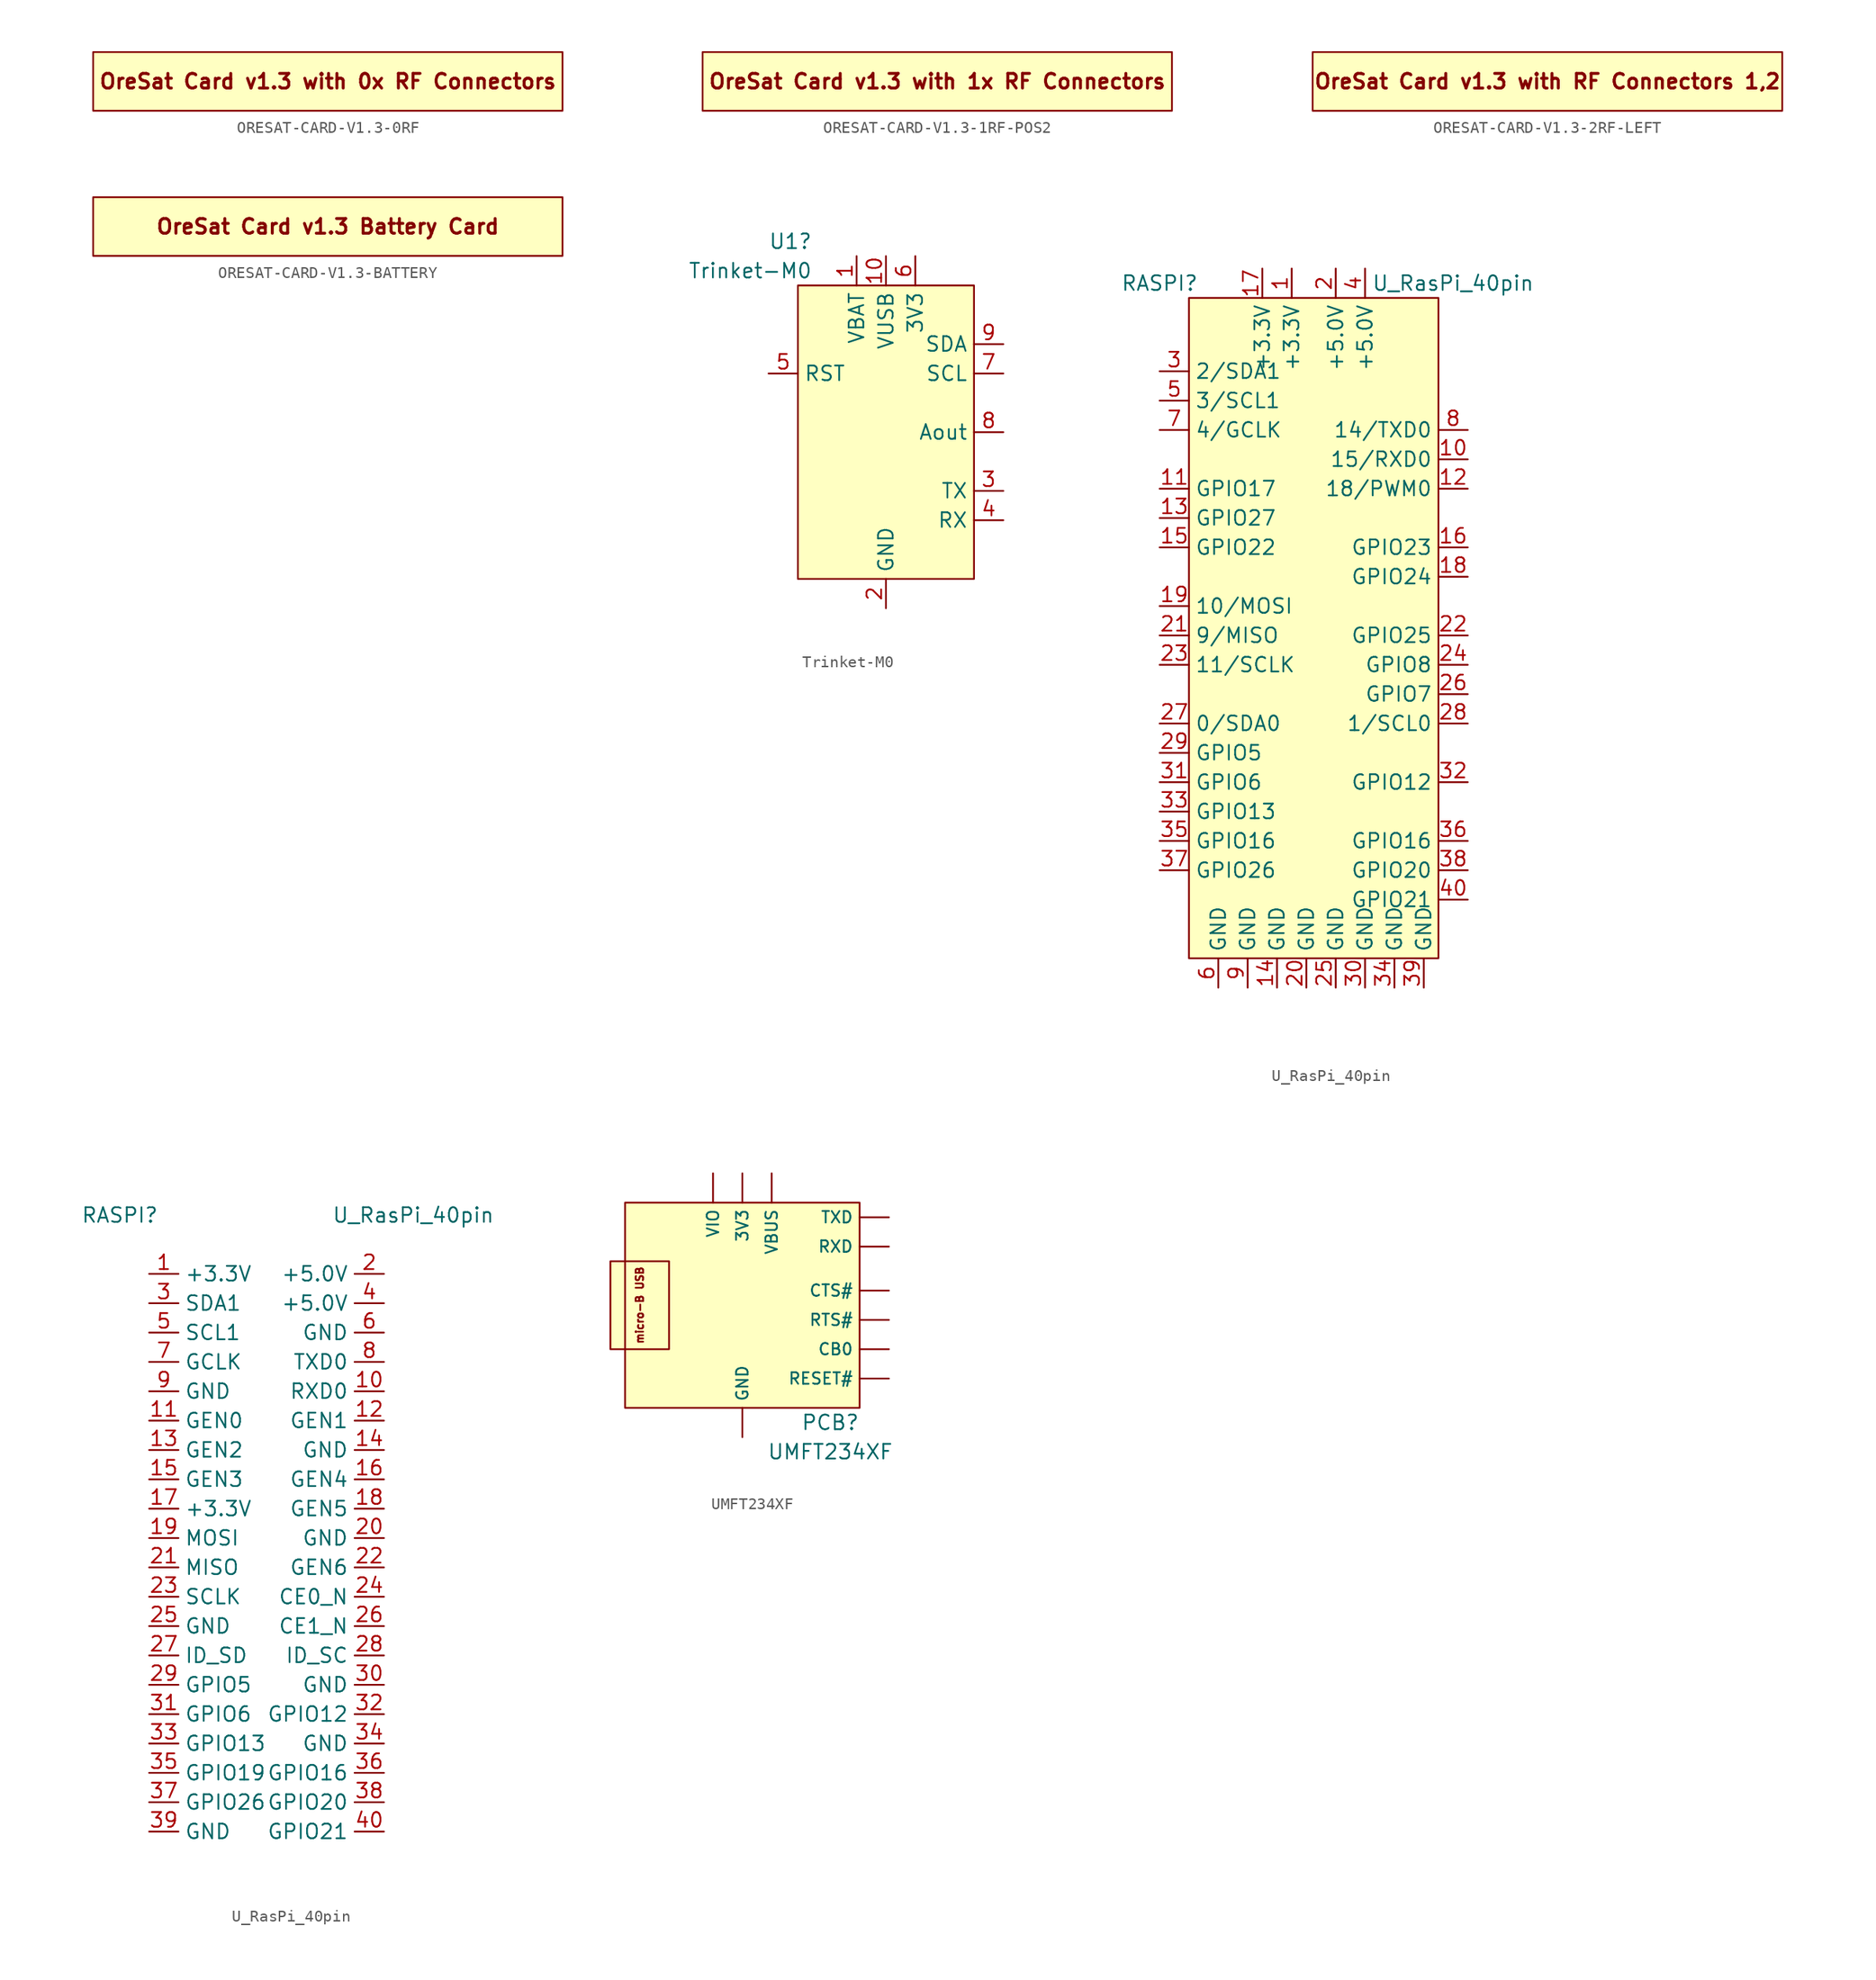
<source format=kicad_sym>
(kicad_symbol_lib
  (version 20241209)
  (generator "kicad_symbol_editor")
  (generator_version "9.0")
  (symbol "ORESAT-CARD-V1.3-0RF"
    (property "Reference" "PCB"
      (at 0 7.62 0)
      (effects (font (size 1.27 1.27)) (hide yes)))
    (symbol "ORESAT-CARD-V1.3-0RF_1_0"
      (rectangle (start -20.32 2.54) (end 20.32 -2.54) (stroke (width 0) (type default)) (fill (type background)))
      (text "OreSat Card v1.3 with 0x RF Connectors" (at 0 0 0) (effects (font (size 1.27 1.27) (bold yes))))))
  (symbol "ORESAT-CARD-V1.3-1RF-POS2"
    (property "Reference" "PCB"
      (at 0 7.62 0)
      (effects (font (size 1.27 1.27)) (hide yes)))
    (symbol "ORESAT-CARD-V1.3-1RF-POS2_1_0"
      (rectangle (start -20.32 2.54) (end 20.32 -2.54) (stroke (width 0) (type default)) (fill (type background)))
      (text "OreSat Card v1.3 with 1x RF Connectors" (at 0 0 0) (effects (font (size 1.27 1.27) (bold yes))))))
  (symbol "ORESAT-CARD-V1.3-2RF-LEFT"
    (property "Reference" "PCB"
      (at 0 7.62 0)
      (effects (font (size 1.27 1.27)) (hide yes)))
    (symbol "ORESAT-CARD-V1.3-2RF-LEFT_1_0"
      (rectangle (start -20.32 2.54) (end 20.32 -2.54) (stroke (width 0) (type default)) (fill (type background))))
    (symbol "ORESAT-CARD-V1.3-2RF-LEFT_1_1"
      (text "OreSat Card v1.3 with RF Connectors 1,2" (at 0 0 0) (effects (font (size 1.27 1.27) (bold yes))))))
  (symbol "ORESAT-CARD-V1.3-BATTERY"
    (property "Reference" "PCB"
      (at 0 7.62 0)
      (effects (font (size 1.27 1.27)) (hide yes)))
    (symbol "ORESAT-CARD-V1.3-BATTERY_1_0"
      (rectangle (start -20.32 2.54) (end 20.32 -2.54) (stroke (width 0) (type default)) (fill (type background)))
      (text "OreSat Card v1.3 Battery Card" (at 0 0 0) (effects (font (size 1.27 1.27) (bold yes))))))
  (symbol "Trinket-M0"
    (property "Reference" "U1"
      (at -6.35 16.51 0)
      (effects (font (size 1.27 1.27)) (justify right)))
    (property "Value" "Trinket-M0"
      (at -6.35 13.97 0)
      (effects (font (size 1.27 1.27)) (justify right)))
    (symbol "Trinket-M0_1_1"
      (rectangle (start -7.62 12.7) (end 7.62 -12.7) (stroke (width 0.152) (type default)) (fill (type background)))
      (pin input line (at -10.16 5.08 0) (length 2.54) (name "RST" (effects (font (size 1.27 1.27)))) (number "5" (effects (font (size 1.27 1.27)))))
      (pin power_in line (at -2.54 15.24 270) (length 2.54) (name "VBAT" (effects (font (size 1.27 1.27)))) (number "1" (effects (font (size 1.27 1.27)))))
      (pin power_out line (at 0 15.24 270) (length 2.54) (name "VUSB" (effects (font (size 1.27 1.27)))) (number "10" (effects (font (size 1.27 1.27)))))
      (pin power_in line (at 0 -15.24 90) (length 2.54) (name "GND" (effects (font (size 1.27 1.27)))) (number "2" (effects (font (size 1.27 1.27)))))
      (pin power_out line (at 2.54 15.24 270) (length 2.54) (name "3V3" (effects (font (size 1.27 1.27)))) (number "6" (effects (font (size 1.27 1.27)))))
      (pin bidirectional line (at 10.16 7.62 180) (length 2.54) (name "SDA" (effects (font (size 1.27 1.27)))) (number "9" (effects (font (size 1.27 1.27)))))
      (pin bidirectional line (at 10.16 5.08 180) (length 2.54) (name "SCL" (effects (font (size 1.27 1.27)))) (number "7" (effects (font (size 1.27 1.27)))))
      (pin output line (at 10.16 0 180) (length 2.54) (name "Aout" (effects (font (size 1.27 1.27)))) (number "8" (effects (font (size 1.27 1.27)))))
      (pin output line (at 10.16 -5.08 180) (length 2.54) (name "TX" (effects (font (size 1.27 1.27)))) (number "3" (effects (font (size 1.27 1.27)))))
      (pin input line (at 10.16 -7.62 180) (length 2.54) (name "RX" (effects (font (size 1.27 1.27)))) (number "4" (effects (font (size 1.27 1.27)))))))
  (symbol "U_RasPi_40pin"
    (property "Reference" "RASPI"
      (at -31.75 -3.81 0)
      (effects (font (size 1.27 1.27))))
    (property "Value" "U_RasPi_40pin"
      (at -6.35 -3.81 0)
      (effects (font (size 1.27 1.27))))
    (symbol "U_RasPi_40pin_0_1"
      (rectangle (start -29.21 -5.08) (end -7.62 -62.23) (stroke (width 0) (type default)) (fill (type background))))
    (symbol "U_RasPi_40pin_1_1"
      (pin bidirectional line (at -31.75 -11.43 0) (length 2.54) (name "2/SDA1" (effects (font (size 1.27 1.27)))) (number "3" (effects (font (size 1.27 1.27)))) (alternate "GPIO2" bidirectional line))
      (pin bidirectional line (at -31.75 -13.97 0) (length 2.54) (name "3/SCL1" (effects (font (size 1.27 1.27)))) (number "5" (effects (font (size 1.27 1.27)))))
      (pin bidirectional line (at -31.75 -16.51 0) (length 2.54) (name "4/GCLK" (effects (font (size 1.27 1.27)))) (number "7" (effects (font (size 1.27 1.27)))))
      (pin bidirectional line (at -31.75 -21.59 0) (length 2.54) (name "GPIO17" (effects (font (size 1.27 1.27)))) (number "11" (effects (font (size 1.27 1.27)))))
      (pin bidirectional line (at -31.75 -24.13 0) (length 2.54) (name "GPIO27" (effects (font (size 1.27 1.27)))) (number "13" (effects (font (size 1.27 1.27)))))
      (pin bidirectional line (at -31.75 -26.67 0) (length 2.54) (name "GPIO22" (effects (font (size 1.27 1.27)))) (number "15" (effects (font (size 1.27 1.27)))))
      (pin bidirectional line (at -31.75 -31.75 0) (length 2.54) (name "10/MOSI" (effects (font (size 1.27 1.27)))) (number "19" (effects (font (size 1.27 1.27)))))
      (pin bidirectional line (at -31.75 -34.29 0) (length 2.54) (name "9/MISO" (effects (font (size 1.27 1.27)))) (number "21" (effects (font (size 1.27 1.27)))))
      (pin bidirectional line (at -31.75 -36.83 0) (length 2.54) (name "11/SCLK" (effects (font (size 1.27 1.27)))) (number "23" (effects (font (size 1.27 1.27)))))
      (pin bidirectional line (at -31.75 -41.91 0) (length 2.54) (name "0/SDA0" (effects (font (size 1.27 1.27)))) (number "27" (effects (font (size 1.27 1.27)))))
      (pin bidirectional line (at -31.75 -44.45 0) (length 2.54) (name "GPIO5" (effects (font (size 1.27 1.27)))) (number "29" (effects (font (size 1.27 1.27)))))
      (pin bidirectional line (at -31.75 -46.99 0) (length 2.54) (name "GPIO6" (effects (font (size 1.27 1.27)))) (number "31" (effects (font (size 1.27 1.27)))))
      (pin bidirectional line (at -31.75 -49.53 0) (length 2.54) (name "GPIO13" (effects (font (size 1.27 1.27)))) (number "33" (effects (font (size 1.27 1.27)))))
      (pin bidirectional line (at -31.75 -52.07 0) (length 2.54) (name "GPIO16" (effects (font (size 1.27 1.27)))) (number "35" (effects (font (size 1.27 1.27)))))
      (pin bidirectional line (at -31.75 -54.61 0) (length 2.54) (name "GPIO26" (effects (font (size 1.27 1.27)))) (number "37" (effects (font (size 1.27 1.27)))))
      (pin passive line (at -26.67 -64.77 90) (length 2.54) (name "GND" (effects (font (size 1.27 1.27)))) (number "6" (effects (font (size 1.27 1.27)))))
      (pin passive line (at -24.13 -64.77 90) (length 2.54) (name "GND" (effects (font (size 1.27 1.27)))) (number "9" (effects (font (size 1.27 1.27)))))
      (pin passive line (at -22.86 -2.54 270) (length 2.54) (name "+3.3V" (effects (font (size 1.27 1.27)))) (number "17" (effects (font (size 1.27 1.27)))))
      (pin passive line (at -21.59 -64.77 90) (length 2.54) (name "GND" (effects (font (size 1.27 1.27)))) (number "14" (effects (font (size 1.27 1.27)))))
      (pin passive line (at -20.32 -2.54 270) (length 2.54) (name "+3.3V" (effects (font (size 1.27 1.27)))) (number "1" (effects (font (size 1.27 1.27)))))
      (pin passive line (at -19.05 -64.77 90) (length 2.54) (name "GND" (effects (font (size 1.27 1.27)))) (number "20" (effects (font (size 1.27 1.27)))))
      (pin passive line (at -16.51 -2.54 270) (length 2.54) (name "+5.0V" (effects (font (size 1.27 1.27)))) (number "2" (effects (font (size 1.27 1.27)))))
      (pin passive line (at -16.51 -64.77 90) (length 2.54) (name "GND" (effects (font (size 1.27 1.27)))) (number "25" (effects (font (size 1.27 1.27)))))
      (pin passive line (at -13.97 -2.54 270) (length 2.54) (name "+5.0V" (effects (font (size 1.27 1.27)))) (number "4" (effects (font (size 1.27 1.27)))))
      (pin passive line (at -13.97 -64.77 90) (length 2.54) (name "GND" (effects (font (size 1.27 1.27)))) (number "30" (effects (font (size 1.27 1.27)))))
      (pin passive line (at -11.43 -64.77 90) (length 2.54) (name "GND" (effects (font (size 1.27 1.27)))) (number "34" (effects (font (size 1.27 1.27)))))
      (pin passive line (at -8.89 -64.77 90) (length 2.54) (name "GND" (effects (font (size 1.27 1.27)))) (number "39" (effects (font (size 1.27 1.27)))))
      (pin bidirectional line (at -5.08 -16.51 180) (length 2.54) (name "14/TXD0" (effects (font (size 1.27 1.27)))) (number "8" (effects (font (size 1.27 1.27)))))
      (pin bidirectional line (at -5.08 -19.05 180) (length 2.54) (name "15/RXD0" (effects (font (size 1.27 1.27)))) (number "10" (effects (font (size 1.27 1.27)))))
      (pin bidirectional line (at -5.08 -21.59 180) (length 2.54) (name "18/PWM0" (effects (font (size 1.27 1.27)))) (number "12" (effects (font (size 1.27 1.27)))))
      (pin bidirectional line (at -5.08 -26.67 180) (length 2.54) (name "GPIO23" (effects (font (size 1.27 1.27)))) (number "16" (effects (font (size 1.27 1.27)))))
      (pin bidirectional line (at -5.08 -29.21 180) (length 2.54) (name "GPIO24" (effects (font (size 1.27 1.27)))) (number "18" (effects (font (size 1.27 1.27)))))
      (pin bidirectional line (at -5.08 -34.29 180) (length 2.54) (name "GPIO25" (effects (font (size 1.27 1.27)))) (number "22" (effects (font (size 1.27 1.27)))))
      (pin bidirectional line (at -5.08 -36.83 180) (length 2.54) (name "GPIO8" (effects (font (size 1.27 1.27)))) (number "24" (effects (font (size 1.27 1.27)))))
      (pin bidirectional line (at -5.08 -39.37 180) (length 2.54) (name "GPIO7" (effects (font (size 1.27 1.27)))) (number "26" (effects (font (size 1.27 1.27)))))
      (pin bidirectional line (at -5.08 -41.91 180) (length 2.54) (name "1/SCL0" (effects (font (size 1.27 1.27)))) (number "28" (effects (font (size 1.27 1.27)))))
      (pin bidirectional line (at -5.08 -46.99 180) (length 2.54) (name "GPIO12" (effects (font (size 1.27 1.27)))) (number "32" (effects (font (size 1.27 1.27)))))
      (pin bidirectional line (at -5.08 -52.07 180) (length 2.54) (name "GPIO16" (effects (font (size 1.27 1.27)))) (number "36" (effects (font (size 1.27 1.27)))))
      (pin bidirectional line (at -5.08 -54.61 180) (length 2.54) (name "GPIO20" (effects (font (size 1.27 1.27)))) (number "38" (effects (font (size 1.27 1.27)))))
      (pin bidirectional line (at -5.08 -57.15 180) (length 2.54) (name "GPIO21" (effects (font (size 1.27 1.27)))) (number "40" (effects (font (size 1.27 1.27))))))
    (symbol "U_RasPi_40pin_1_2"
      (pin power_out line (at -29.21 -8.89 0) (length 2.54) (name "+3.3V" (effects (font (size 1.27 1.27)))) (number "1" (effects (font (size 1.27 1.27)))))
      (pin bidirectional line (at -29.21 -11.43 0) (length 2.54) (name "SDA1" (effects (font (size 1.27 1.27)))) (number "3" (effects (font (size 1.27 1.27)))) (alternate "GPIO2" bidirectional line))
      (pin bidirectional line (at -29.21 -13.97 0) (length 2.54) (name "SCL1" (effects (font (size 1.27 1.27)))) (number "5" (effects (font (size 1.27 1.27)))))
      (pin bidirectional line (at -29.21 -16.51 0) (length 2.54) (name "GCLK" (effects (font (size 1.27 1.27)))) (number "7" (effects (font (size 1.27 1.27)))))
      (pin power_out line (at -29.21 -19.05 0) (length 2.54) (name "GND" (effects (font (size 1.27 1.27)))) (number "9" (effects (font (size 1.27 1.27)))))
      (pin bidirectional line (at -29.21 -21.59 0) (length 2.54) (name "GEN0" (effects (font (size 1.27 1.27)))) (number "11" (effects (font (size 1.27 1.27)))))
      (pin bidirectional line (at -29.21 -24.13 0) (length 2.54) (name "GEN2" (effects (font (size 1.27 1.27)))) (number "13" (effects (font (size 1.27 1.27)))))
      (pin bidirectional line (at -29.21 -26.67 0) (length 2.54) (name "GEN3" (effects (font (size 1.27 1.27)))) (number "15" (effects (font (size 1.27 1.27)))))
      (pin power_out line (at -29.21 -29.21 0) (length 2.54) (name "+3.3V" (effects (font (size 1.27 1.27)))) (number "17" (effects (font (size 1.27 1.27)))))
      (pin bidirectional line (at -29.21 -31.75 0) (length 2.54) (name "MOSI" (effects (font (size 1.27 1.27)))) (number "19" (effects (font (size 1.27 1.27)))))
      (pin bidirectional line (at -29.21 -34.29 0) (length 2.54) (name "MISO" (effects (font (size 1.27 1.27)))) (number "21" (effects (font (size 1.27 1.27)))))
      (pin bidirectional line (at -29.21 -36.83 0) (length 2.54) (name "SCLK" (effects (font (size 1.27 1.27)))) (number "23" (effects (font (size 1.27 1.27)))))
      (pin power_out line (at -29.21 -39.37 0) (length 2.54) (name "GND" (effects (font (size 1.27 1.27)))) (number "25" (effects (font (size 1.27 1.27)))))
      (pin bidirectional line (at -29.21 -41.91 0) (length 2.54) (name "ID_SD" (effects (font (size 1.27 1.27)))) (number "27" (effects (font (size 1.27 1.27)))))
      (pin bidirectional line (at -29.21 -44.45 0) (length 2.54) (name "GPIO5" (effects (font (size 1.27 1.27)))) (number "29" (effects (font (size 1.27 1.27)))))
      (pin bidirectional line (at -29.21 -46.99 0) (length 2.54) (name "GPIO6" (effects (font (size 1.27 1.27)))) (number "31" (effects (font (size 1.27 1.27)))))
      (pin bidirectional line (at -29.21 -49.53 0) (length 2.54) (name "GPIO13" (effects (font (size 1.27 1.27)))) (number "33" (effects (font (size 1.27 1.27)))))
      (pin bidirectional line (at -29.21 -52.07 0) (length 2.54) (name "GPIO19" (effects (font (size 1.27 1.27)))) (number "35" (effects (font (size 1.27 1.27)))))
      (pin bidirectional line (at -29.21 -54.61 0) (length 2.54) (name "GPIO26" (effects (font (size 1.27 1.27)))) (number "37" (effects (font (size 1.27 1.27)))))
      (pin power_out line (at -29.21 -57.15 0) (length 2.54) (name "GND" (effects (font (size 1.27 1.27)))) (number "39" (effects (font (size 1.27 1.27)))))
      (pin power_out line (at -8.89 -8.89 180) (length 2.54) (name "+5.0V" (effects (font (size 1.27 1.27)))) (number "2" (effects (font (size 1.27 1.27)))))
      (pin power_out line (at -8.89 -11.43 180) (length 2.54) (name "+5.0V" (effects (font (size 1.27 1.27)))) (number "4" (effects (font (size 1.27 1.27)))))
      (pin power_out line (at -8.89 -13.97 180) (length 2.54) (name "GND" (effects (font (size 1.27 1.27)))) (number "6" (effects (font (size 1.27 1.27)))))
      (pin bidirectional line (at -8.89 -16.51 180) (length 2.54) (name "TXD0" (effects (font (size 1.27 1.27)))) (number "8" (effects (font (size 1.27 1.27)))))
      (pin bidirectional line (at -8.89 -19.05 180) (length 2.54) (name "RXD0" (effects (font (size 1.27 1.27)))) (number "10" (effects (font (size 1.27 1.27)))))
      (pin bidirectional line (at -8.89 -21.59 180) (length 2.54) (name "GEN1" (effects (font (size 1.27 1.27)))) (number "12" (effects (font (size 1.27 1.27)))))
      (pin power_out line (at -8.89 -24.13 180) (length 2.54) (name "GND" (effects (font (size 1.27 1.27)))) (number "14" (effects (font (size 1.27 1.27)))))
      (pin bidirectional line (at -8.89 -26.67 180) (length 2.54) (name "GEN4" (effects (font (size 1.27 1.27)))) (number "16" (effects (font (size 1.27 1.27)))))
      (pin bidirectional line (at -8.89 -29.21 180) (length 2.54) (name "GEN5" (effects (font (size 1.27 1.27)))) (number "18" (effects (font (size 1.27 1.27)))))
      (pin power_out line (at -8.89 -31.75 180) (length 2.54) (name "GND" (effects (font (size 1.27 1.27)))) (number "20" (effects (font (size 1.27 1.27)))))
      (pin bidirectional line (at -8.89 -34.29 180) (length 2.54) (name "GEN6" (effects (font (size 1.27 1.27)))) (number "22" (effects (font (size 1.27 1.27)))))
      (pin bidirectional line (at -8.89 -36.83 180) (length 2.54) (name "CE0_N" (effects (font (size 1.27 1.27)))) (number "24" (effects (font (size 1.27 1.27)))))
      (pin bidirectional line (at -8.89 -39.37 180) (length 2.54) (name "CE1_N" (effects (font (size 1.27 1.27)))) (number "26" (effects (font (size 1.27 1.27)))))
      (pin bidirectional line (at -8.89 -41.91 180) (length 2.54) (name "ID_SC" (effects (font (size 1.27 1.27)))) (number "28" (effects (font (size 1.27 1.27)))))
      (pin power_out line (at -8.89 -44.45 180) (length 2.54) (name "GND" (effects (font (size 1.27 1.27)))) (number "30" (effects (font (size 1.27 1.27)))))
      (pin bidirectional line (at -8.89 -46.99 180) (length 2.54) (name "GPIO12" (effects (font (size 1.27 1.27)))) (number "32" (effects (font (size 1.27 1.27)))))
      (pin power_out line (at -8.89 -49.53 180) (length 2.54) (name "GND" (effects (font (size 1.27 1.27)))) (number "34" (effects (font (size 1.27 1.27)))))
      (pin bidirectional line (at -8.89 -52.07 180) (length 2.54) (name "GPIO16" (effects (font (size 1.27 1.27)))) (number "36" (effects (font (size 1.27 1.27)))))
      (pin bidirectional line (at -8.89 -54.61 180) (length 2.54) (name "GPIO20" (effects (font (size 1.27 1.27)))) (number "38" (effects (font (size 1.27 1.27)))))
      (pin bidirectional line (at -8.89 -57.15 180) (length 2.54) (name "GPIO21" (effects (font (size 1.27 1.27)))) (number "40" (effects (font (size 1.27 1.27)))))))
  (symbol "UMFT234XF"
    (pin_numbers
      (hide yes))
    (property "Reference" "PCB"
      (at 7.62 -10.16 0)
      (effects (font (size 1.27 1.27))))
    (property "Value" "UMFT234XF"
      (at 7.62 -12.7 0)
      (effects (font (size 1.27 1.27))))
    (symbol "UMFT234XF_1_1"
      (rectangle (start -11.43 3.81) (end -6.35 -3.81) (stroke (width 0) (type default)) (fill (type background)))
      (rectangle (start -10.16 8.89) (end 10.16 -8.89) (stroke (width 0) (type default)) (fill (type background)))
      (text "micro-B USB" (at -8.89 0 900) (effects (font (size 0.65 0.65))))
      (pin power_in line (at -2.54 11.43 270) (length 2.54) (name "VIO" (effects (font (size 1 1)))) (number "P3" (effects (font (size 0.75 0.75)))))
      (pin power_out line (at 0 11.43 270) (length 2.54) (name "3V3" (effects (font (size 1 1)))) (number "P2" (effects (font (size 0.75 0.75)))))
      (pin power_in line (at 0 -11.43 90) (length 2.54) (name "GND" (effects (font (size 1 1)))) (number "P4" (effects (font (size 0.75 0.75)))))
      (pin power_out line (at 2.54 11.43 270) (length 2.54) (name "VBUS" (effects (font (size 1 1)))) (number "P5" (effects (font (size 0.75 0.75)))))
      (pin output line (at 12.7 7.62 180) (length 2.54) (name "TXD" (effects (font (size 1 1)))) (number "P7" (effects (font (size 0.75 0.75)))))
      (pin input line (at 12.7 5.08 180) (length 2.54) (name "RXD" (effects (font (size 1 1)))) (number "P9" (effects (font (size 0.75 0.75)))))
      (pin input line (at 12.7 1.27 180) (length 2.54) (name "CTS#" (effects (font (size 1 1)))) (number "P10" (effects (font (size 0.75 0.75)))))
      (pin output line (at 12.7 -1.27 180) (length 2.54) (name "RTS#" (effects (font (size 1 1)))) (number "P8" (effects (font (size 0.75 0.75)))))
      (pin bidirectional line (at 12.7 -3.81 180) (length 2.54) (name "CB0" (effects (font (size 1 1)))) (number "P6" (effects (font (size 0.75 0.75)))))
      (pin input line (at 12.7 -6.35 180) (length 2.54) (name "RESET#" (effects (font (size 1 1)))) (number "P1" (effects (font (size 0.75 0.75))))))))
</source>
